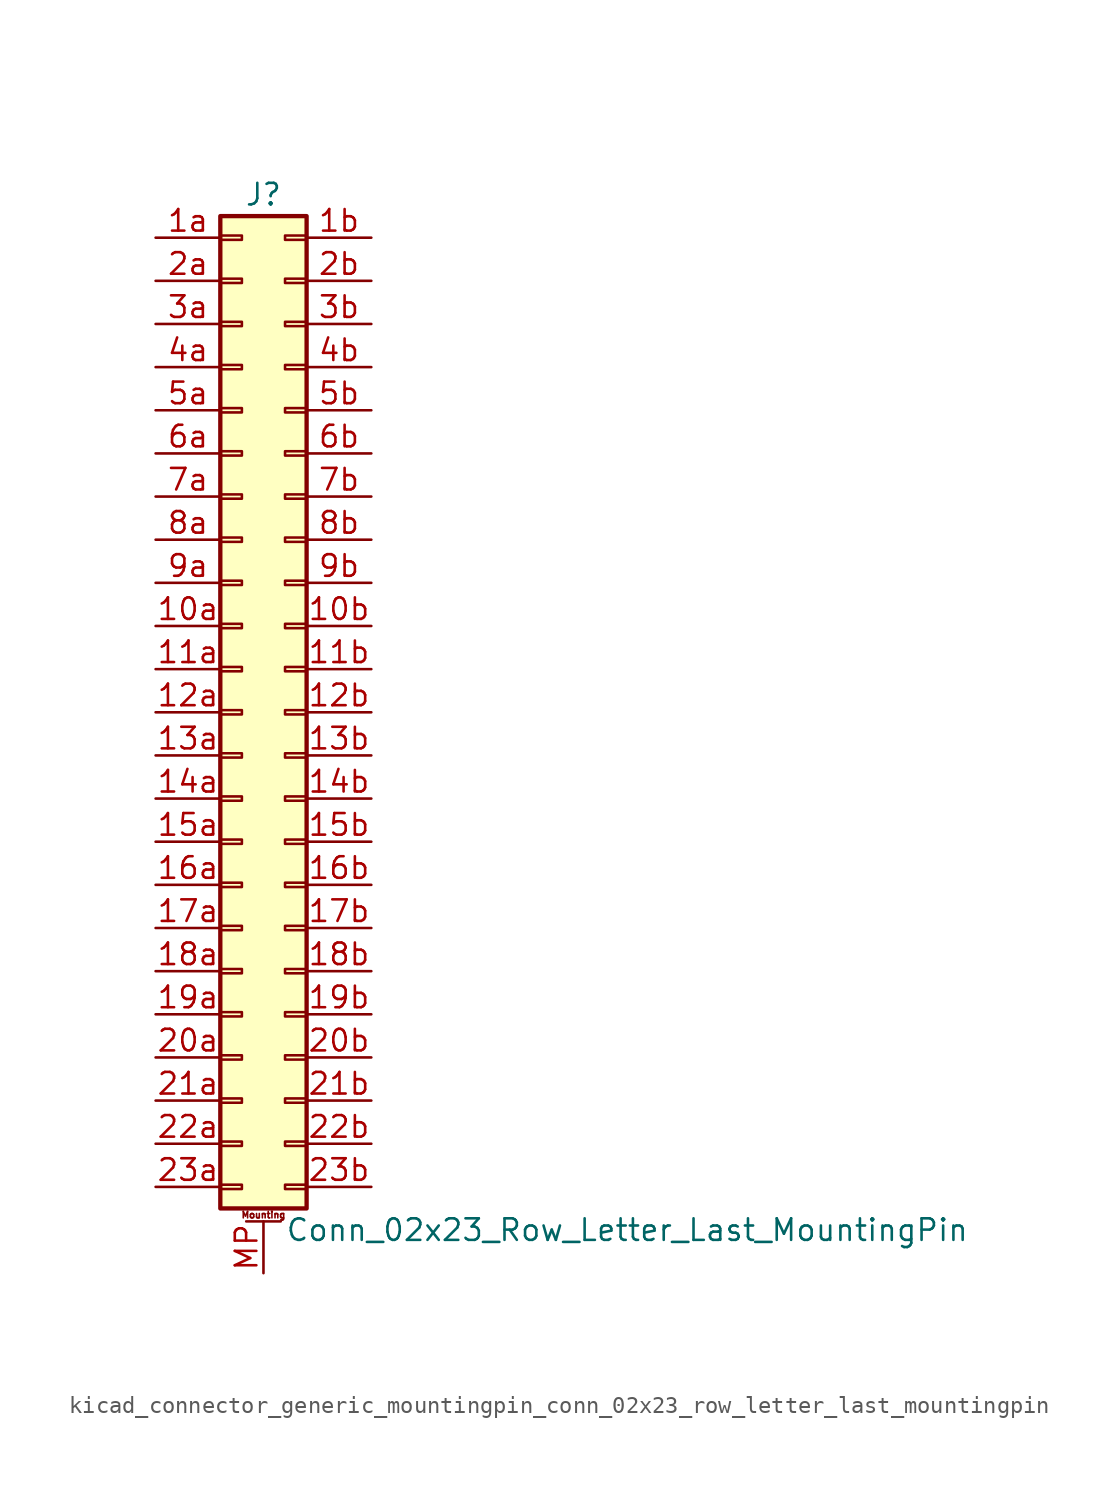
<source format=kicad_sym>
(kicad_symbol_lib
  (version 20220914)
  (generator kicad_symbol_editor)
  (symbol "kicad_connector_generic_mountingpin_conn_02x23_row_letter_last_mountingpin"
    (pin_names
      (offset 1.016) hide)
    (property "Reference" "J"
      (at 1.27 30.48 0)
      (effects (font (size 1.27 1.27))))
    (property "Value" "Conn_02x23_Row_Letter_Last_MountingPin"
      (at 2.54 -30.48 0)
      (effects (font (size 1.27 1.27)) (justify left)))
    (symbol "kicad_connector_generic_mountingpin_conn_02x23_row_letter_last_mountingpin_1_1"
      (rectangle (start -1.27 -27.813) (end 0 -28.067) (stroke (width 0.152) (type default)) (fill (type none)))
      (rectangle (start -1.27 -25.273) (end 0 -25.527) (stroke (width 0.152) (type default)) (fill (type none)))
      (rectangle (start -1.27 -22.733) (end 0 -22.987) (stroke (width 0.152) (type default)) (fill (type none)))
      (rectangle (start -1.27 -20.193) (end 0 -20.447) (stroke (width 0.152) (type default)) (fill (type none)))
      (rectangle (start -1.27 -17.653) (end 0 -17.907) (stroke (width 0.152) (type default)) (fill (type none)))
      (rectangle (start -1.27 -15.113) (end 0 -15.367) (stroke (width 0.152) (type default)) (fill (type none)))
      (rectangle (start -1.27 -12.573) (end 0 -12.827) (stroke (width 0.152) (type default)) (fill (type none)))
      (rectangle (start -1.27 -10.033) (end 0 -10.287) (stroke (width 0.152) (type default)) (fill (type none)))
      (rectangle (start -1.27 -7.493) (end 0 -7.747) (stroke (width 0.152) (type default)) (fill (type none)))
      (rectangle (start -1.27 -4.953) (end 0 -5.207) (stroke (width 0.152) (type default)) (fill (type none)))
      (rectangle (start -1.27 -2.413) (end 0 -2.667) (stroke (width 0.152) (type default)) (fill (type none)))
      (rectangle (start -1.27 0.127) (end 0 -0.127) (stroke (width 0.152) (type default)) (fill (type none)))
      (rectangle (start -1.27 2.667) (end 0 2.413) (stroke (width 0.152) (type default)) (fill (type none)))
      (rectangle (start -1.27 5.207) (end 0 4.953) (stroke (width 0.152) (type default)) (fill (type none)))
      (rectangle (start -1.27 7.747) (end 0 7.493) (stroke (width 0.152) (type default)) (fill (type none)))
      (rectangle (start -1.27 10.287) (end 0 10.033) (stroke (width 0.152) (type default)) (fill (type none)))
      (rectangle (start -1.27 12.827) (end 0 12.573) (stroke (width 0.152) (type default)) (fill (type none)))
      (rectangle (start -1.27 15.367) (end 0 15.113) (stroke (width 0.152) (type default)) (fill (type none)))
      (rectangle (start -1.27 17.907) (end 0 17.653) (stroke (width 0.152) (type default)) (fill (type none)))
      (rectangle (start -1.27 20.447) (end 0 20.193) (stroke (width 0.152) (type default)) (fill (type none)))
      (rectangle (start -1.27 22.987) (end 0 22.733) (stroke (width 0.152) (type default)) (fill (type none)))
      (rectangle (start -1.27 25.527) (end 0 25.273) (stroke (width 0.152) (type default)) (fill (type none)))
      (rectangle (start -1.27 28.067) (end 0 27.813) (stroke (width 0.152) (type default)) (fill (type none)))
      (rectangle (start -1.27 29.21) (end 3.81 -29.21) (stroke (width 0.254) (type default)) (fill (type background)))
      (polyline (pts (xy 0.254 -29.972) (xy 2.286 -29.972)) (stroke (width 0.152) (type default)) (fill (type none)))
      (rectangle (start 3.81 -27.813) (end 2.54 -28.067) (stroke (width 0.152) (type default)) (fill (type none)))
      (rectangle (start 3.81 -25.273) (end 2.54 -25.527) (stroke (width 0.152) (type default)) (fill (type none)))
      (rectangle (start 3.81 -22.733) (end 2.54 -22.987) (stroke (width 0.152) (type default)) (fill (type none)))
      (rectangle (start 3.81 -20.193) (end 2.54 -20.447) (stroke (width 0.152) (type default)) (fill (type none)))
      (rectangle (start 3.81 -17.653) (end 2.54 -17.907) (stroke (width 0.152) (type default)) (fill (type none)))
      (rectangle (start 3.81 -15.113) (end 2.54 -15.367) (stroke (width 0.152) (type default)) (fill (type none)))
      (rectangle (start 3.81 -12.573) (end 2.54 -12.827) (stroke (width 0.152) (type default)) (fill (type none)))
      (rectangle (start 3.81 -10.033) (end 2.54 -10.287) (stroke (width 0.152) (type default)) (fill (type none)))
      (rectangle (start 3.81 -7.493) (end 2.54 -7.747) (stroke (width 0.152) (type default)) (fill (type none)))
      (rectangle (start 3.81 -4.953) (end 2.54 -5.207) (stroke (width 0.152) (type default)) (fill (type none)))
      (rectangle (start 3.81 -2.413) (end 2.54 -2.667) (stroke (width 0.152) (type default)) (fill (type none)))
      (rectangle (start 3.81 0.127) (end 2.54 -0.127) (stroke (width 0.152) (type default)) (fill (type none)))
      (rectangle (start 3.81 2.667) (end 2.54 2.413) (stroke (width 0.152) (type default)) (fill (type none)))
      (rectangle (start 3.81 5.207) (end 2.54 4.953) (stroke (width 0.152) (type default)) (fill (type none)))
      (rectangle (start 3.81 7.747) (end 2.54 7.493) (stroke (width 0.152) (type default)) (fill (type none)))
      (rectangle (start 3.81 10.287) (end 2.54 10.033) (stroke (width 0.152) (type default)) (fill (type none)))
      (rectangle (start 3.81 12.827) (end 2.54 12.573) (stroke (width 0.152) (type default)) (fill (type none)))
      (rectangle (start 3.81 15.367) (end 2.54 15.113) (stroke (width 0.152) (type default)) (fill (type none)))
      (rectangle (start 3.81 17.907) (end 2.54 17.653) (stroke (width 0.152) (type default)) (fill (type none)))
      (rectangle (start 3.81 20.447) (end 2.54 20.193) (stroke (width 0.152) (type default)) (fill (type none)))
      (rectangle (start 3.81 22.987) (end 2.54 22.733) (stroke (width 0.152) (type default)) (fill (type none)))
      (rectangle (start 3.81 25.527) (end 2.54 25.273) (stroke (width 0.152) (type default)) (fill (type none)))
      (rectangle (start 3.81 28.067) (end 2.54 27.813) (stroke (width 0.152) (type default)) (fill (type none)))
      (text "Mounting" (at 1.27 -29.591 0) (effects (font (size 0.381 0.381))))
      (pin passive line (at -5.08 5.08 0) (length 3.81) (name "Pin_10a" (effects (font (size 1.27 1.27)))) (number "10a" (effects (font (size 1.27 1.27)))))
      (pin passive line (at 7.62 5.08 180) (length 3.81) (name "Pin_10b" (effects (font (size 1.27 1.27)))) (number "10b" (effects (font (size 1.27 1.27)))))
      (pin passive line (at -5.08 2.54 0) (length 3.81) (name "Pin_11a" (effects (font (size 1.27 1.27)))) (number "11a" (effects (font (size 1.27 1.27)))))
      (pin passive line (at 7.62 2.54 180) (length 3.81) (name "Pin_11b" (effects (font (size 1.27 1.27)))) (number "11b" (effects (font (size 1.27 1.27)))))
      (pin passive line (at -5.08 0 0) (length 3.81) (name "Pin_12a" (effects (font (size 1.27 1.27)))) (number "12a" (effects (font (size 1.27 1.27)))))
      (pin passive line (at 7.62 0 180) (length 3.81) (name "Pin_12b" (effects (font (size 1.27 1.27)))) (number "12b" (effects (font (size 1.27 1.27)))))
      (pin passive line (at -5.08 -2.54 0) (length 3.81) (name "Pin_13a" (effects (font (size 1.27 1.27)))) (number "13a" (effects (font (size 1.27 1.27)))))
      (pin passive line (at 7.62 -2.54 180) (length 3.81) (name "Pin_13b" (effects (font (size 1.27 1.27)))) (number "13b" (effects (font (size 1.27 1.27)))))
      (pin passive line (at -5.08 -5.08 0) (length 3.81) (name "Pin_14a" (effects (font (size 1.27 1.27)))) (number "14a" (effects (font (size 1.27 1.27)))))
      (pin passive line (at 7.62 -5.08 180) (length 3.81) (name "Pin_14b" (effects (font (size 1.27 1.27)))) (number "14b" (effects (font (size 1.27 1.27)))))
      (pin passive line (at -5.08 -7.62 0) (length 3.81) (name "Pin_15a" (effects (font (size 1.27 1.27)))) (number "15a" (effects (font (size 1.27 1.27)))))
      (pin passive line (at 7.62 -7.62 180) (length 3.81) (name "Pin_15b" (effects (font (size 1.27 1.27)))) (number "15b" (effects (font (size 1.27 1.27)))))
      (pin passive line (at -5.08 -10.16 0) (length 3.81) (name "Pin_16a" (effects (font (size 1.27 1.27)))) (number "16a" (effects (font (size 1.27 1.27)))))
      (pin passive line (at 7.62 -10.16 180) (length 3.81) (name "Pin_16b" (effects (font (size 1.27 1.27)))) (number "16b" (effects (font (size 1.27 1.27)))))
      (pin passive line (at -5.08 -12.7 0) (length 3.81) (name "Pin_17a" (effects (font (size 1.27 1.27)))) (number "17a" (effects (font (size 1.27 1.27)))))
      (pin passive line (at 7.62 -12.7 180) (length 3.81) (name "Pin_17b" (effects (font (size 1.27 1.27)))) (number "17b" (effects (font (size 1.27 1.27)))))
      (pin passive line (at -5.08 -15.24 0) (length 3.81) (name "Pin_18a" (effects (font (size 1.27 1.27)))) (number "18a" (effects (font (size 1.27 1.27)))))
      (pin passive line (at 7.62 -15.24 180) (length 3.81) (name "Pin_18b" (effects (font (size 1.27 1.27)))) (number "18b" (effects (font (size 1.27 1.27)))))
      (pin passive line (at -5.08 -17.78 0) (length 3.81) (name "Pin_19a" (effects (font (size 1.27 1.27)))) (number "19a" (effects (font (size 1.27 1.27)))))
      (pin passive line (at 7.62 -17.78 180) (length 3.81) (name "Pin_19b" (effects (font (size 1.27 1.27)))) (number "19b" (effects (font (size 1.27 1.27)))))
      (pin passive line (at -5.08 27.94 0) (length 3.81) (name "Pin_1a" (effects (font (size 1.27 1.27)))) (number "1a" (effects (font (size 1.27 1.27)))))
      (pin passive line (at 7.62 27.94 180) (length 3.81) (name "Pin_1b" (effects (font (size 1.27 1.27)))) (number "1b" (effects (font (size 1.27 1.27)))))
      (pin passive line (at -5.08 -20.32 0) (length 3.81) (name "Pin_20a" (effects (font (size 1.27 1.27)))) (number "20a" (effects (font (size 1.27 1.27)))))
      (pin passive line (at 7.62 -20.32 180) (length 3.81) (name "Pin_20b" (effects (font (size 1.27 1.27)))) (number "20b" (effects (font (size 1.27 1.27)))))
      (pin passive line (at -5.08 -22.86 0) (length 3.81) (name "Pin_21a" (effects (font (size 1.27 1.27)))) (number "21a" (effects (font (size 1.27 1.27)))))
      (pin passive line (at 7.62 -22.86 180) (length 3.81) (name "Pin_21b" (effects (font (size 1.27 1.27)))) (number "21b" (effects (font (size 1.27 1.27)))))
      (pin passive line (at -5.08 -25.4 0) (length 3.81) (name "Pin_22a" (effects (font (size 1.27 1.27)))) (number "22a" (effects (font (size 1.27 1.27)))))
      (pin passive line (at 7.62 -25.4 180) (length 3.81) (name "Pin_22b" (effects (font (size 1.27 1.27)))) (number "22b" (effects (font (size 1.27 1.27)))))
      (pin passive line (at -5.08 -27.94 0) (length 3.81) (name "Pin_23a" (effects (font (size 1.27 1.27)))) (number "23a" (effects (font (size 1.27 1.27)))))
      (pin passive line (at 7.62 -27.94 180) (length 3.81) (name "Pin_23b" (effects (font (size 1.27 1.27)))) (number "23b" (effects (font (size 1.27 1.27)))))
      (pin passive line (at -5.08 25.4 0) (length 3.81) (name "Pin_2a" (effects (font (size 1.27 1.27)))) (number "2a" (effects (font (size 1.27 1.27)))))
      (pin passive line (at 7.62 25.4 180) (length 3.81) (name "Pin_2b" (effects (font (size 1.27 1.27)))) (number "2b" (effects (font (size 1.27 1.27)))))
      (pin passive line (at -5.08 22.86 0) (length 3.81) (name "Pin_3a" (effects (font (size 1.27 1.27)))) (number "3a" (effects (font (size 1.27 1.27)))))
      (pin passive line (at 7.62 22.86 180) (length 3.81) (name "Pin_3b" (effects (font (size 1.27 1.27)))) (number "3b" (effects (font (size 1.27 1.27)))))
      (pin passive line (at -5.08 20.32 0) (length 3.81) (name "Pin_4a" (effects (font (size 1.27 1.27)))) (number "4a" (effects (font (size 1.27 1.27)))))
      (pin passive line (at 7.62 20.32 180) (length 3.81) (name "Pin_4b" (effects (font (size 1.27 1.27)))) (number "4b" (effects (font (size 1.27 1.27)))))
      (pin passive line (at -5.08 17.78 0) (length 3.81) (name "Pin_5a" (effects (font (size 1.27 1.27)))) (number "5a" (effects (font (size 1.27 1.27)))))
      (pin passive line (at 7.62 17.78 180) (length 3.81) (name "Pin_5b" (effects (font (size 1.27 1.27)))) (number "5b" (effects (font (size 1.27 1.27)))))
      (pin passive line (at -5.08 15.24 0) (length 3.81) (name "Pin_6a" (effects (font (size 1.27 1.27)))) (number "6a" (effects (font (size 1.27 1.27)))))
      (pin passive line (at 7.62 15.24 180) (length 3.81) (name "Pin_6b" (effects (font (size 1.27 1.27)))) (number "6b" (effects (font (size 1.27 1.27)))))
      (pin passive line (at -5.08 12.7 0) (length 3.81) (name "Pin_7a" (effects (font (size 1.27 1.27)))) (number "7a" (effects (font (size 1.27 1.27)))))
      (pin passive line (at 7.62 12.7 180) (length 3.81) (name "Pin_7b" (effects (font (size 1.27 1.27)))) (number "7b" (effects (font (size 1.27 1.27)))))
      (pin passive line (at -5.08 10.16 0) (length 3.81) (name "Pin_8a" (effects (font (size 1.27 1.27)))) (number "8a" (effects (font (size 1.27 1.27)))))
      (pin passive line (at 7.62 10.16 180) (length 3.81) (name "Pin_8b" (effects (font (size 1.27 1.27)))) (number "8b" (effects (font (size 1.27 1.27)))))
      (pin passive line (at -5.08 7.62 0) (length 3.81) (name "Pin_9a" (effects (font (size 1.27 1.27)))) (number "9a" (effects (font (size 1.27 1.27)))))
      (pin passive line (at 7.62 7.62 180) (length 3.81) (name "Pin_9b" (effects (font (size 1.27 1.27)))) (number "9b" (effects (font (size 1.27 1.27)))))
      (pin passive line (at 1.27 -33.02 90) (length 3.048) (name "MountPin" (effects (font (size 1.27 1.27)))) (number "MP" (effects (font (size 1.27 1.27))))))))
</source>
